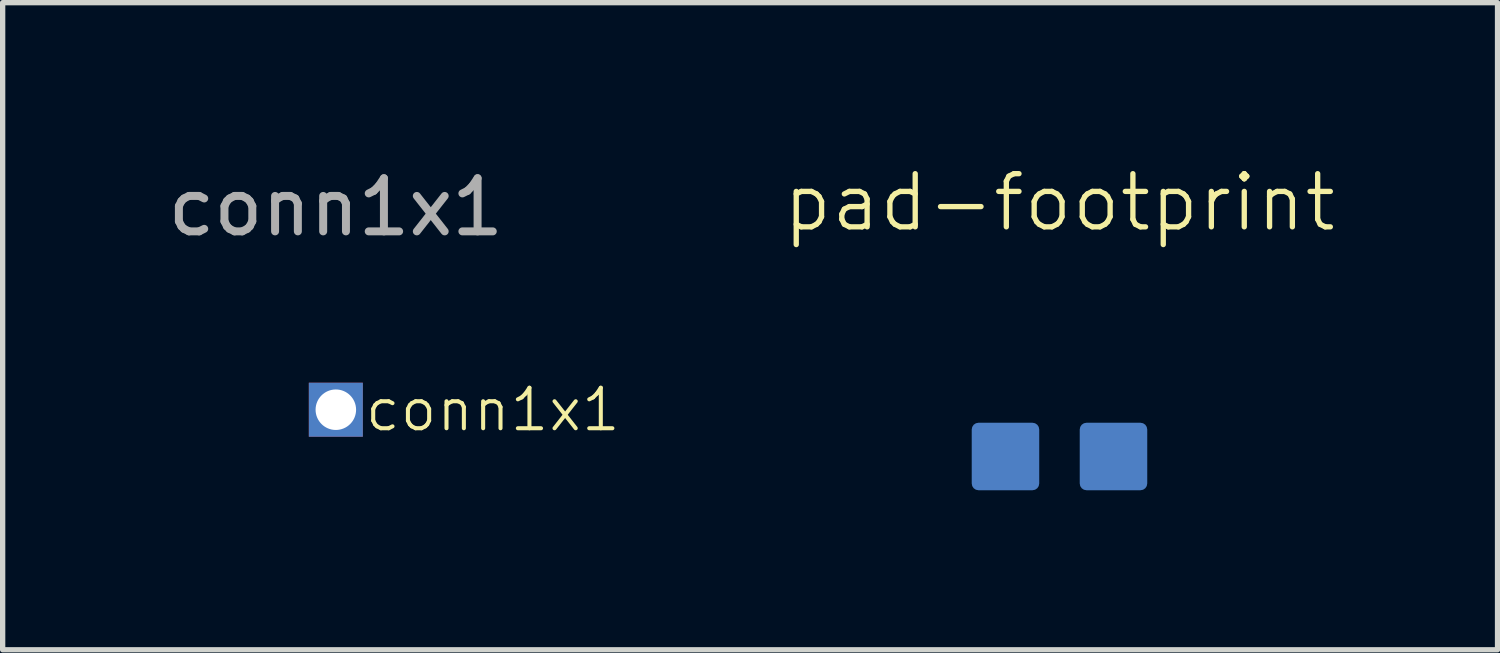
<source format=kicad_pcb>
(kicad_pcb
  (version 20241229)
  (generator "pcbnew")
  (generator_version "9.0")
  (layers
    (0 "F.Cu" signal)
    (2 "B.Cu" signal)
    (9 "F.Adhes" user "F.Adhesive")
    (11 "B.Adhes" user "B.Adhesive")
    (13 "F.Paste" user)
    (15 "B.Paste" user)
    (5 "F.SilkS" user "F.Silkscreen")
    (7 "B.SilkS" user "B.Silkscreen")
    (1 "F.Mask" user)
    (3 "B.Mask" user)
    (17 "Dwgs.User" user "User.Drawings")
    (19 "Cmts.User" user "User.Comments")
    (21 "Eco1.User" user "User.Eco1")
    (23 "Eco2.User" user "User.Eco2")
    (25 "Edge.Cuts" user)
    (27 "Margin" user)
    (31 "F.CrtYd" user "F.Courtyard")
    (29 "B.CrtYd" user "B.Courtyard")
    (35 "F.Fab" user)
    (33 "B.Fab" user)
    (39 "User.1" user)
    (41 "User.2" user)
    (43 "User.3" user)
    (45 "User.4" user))
  (footprint "conn1x1"
    (layer "F.Cu")
    (at 3.268 4.658)
    (property "Reference" "conn1x1" (at 0.508 0 0) (unlocked yes) (layer "F.SilkS") (effects (font (size 0.762 0.762) (thickness 0.076)) (justify left)))
    (attr through_hole)
    (fp_text user "${REFERENCE}" (at 0 -3.81 0) (unlocked yes) (layer "F.Fab") (effects (font (size 1 1) (thickness 0.15))))
    (pad "1" thru_hole rect (at 0 0) (size 1.016 1.016) (drill 0.762) (layers "*.Cu" "*.Mask")))
  (footprint "pad-footprint"
    (layer "F.Cu")
    (at 16.882 5.538)
    (property "Reference" "pad-footprint" (at 0 -4.778 0) (unlocked yes) (layer "F.SilkS") (effects (font (size 1 1) (thickness 0.1))))
    (attr smd)
    (pad "1" smd roundrect (at -1.016 0) (size 1.27 1.27) (layers "B.Cu" "B.Mask" "B.Paste") (roundrect_rratio 0.1))
    (pad "2" smd roundrect (at 1.016 0) (size 1.27 1.27) (layers "B.Cu" "B.Mask" "B.Paste") (roundrect_rratio 0.1)))
  (gr_rect
    (start -3 -3)
    (end 25.123 9.174)
    (stroke (width 0.1) (type default))
    (fill no)
    (layer "Edge.Cuts")))
</source>
